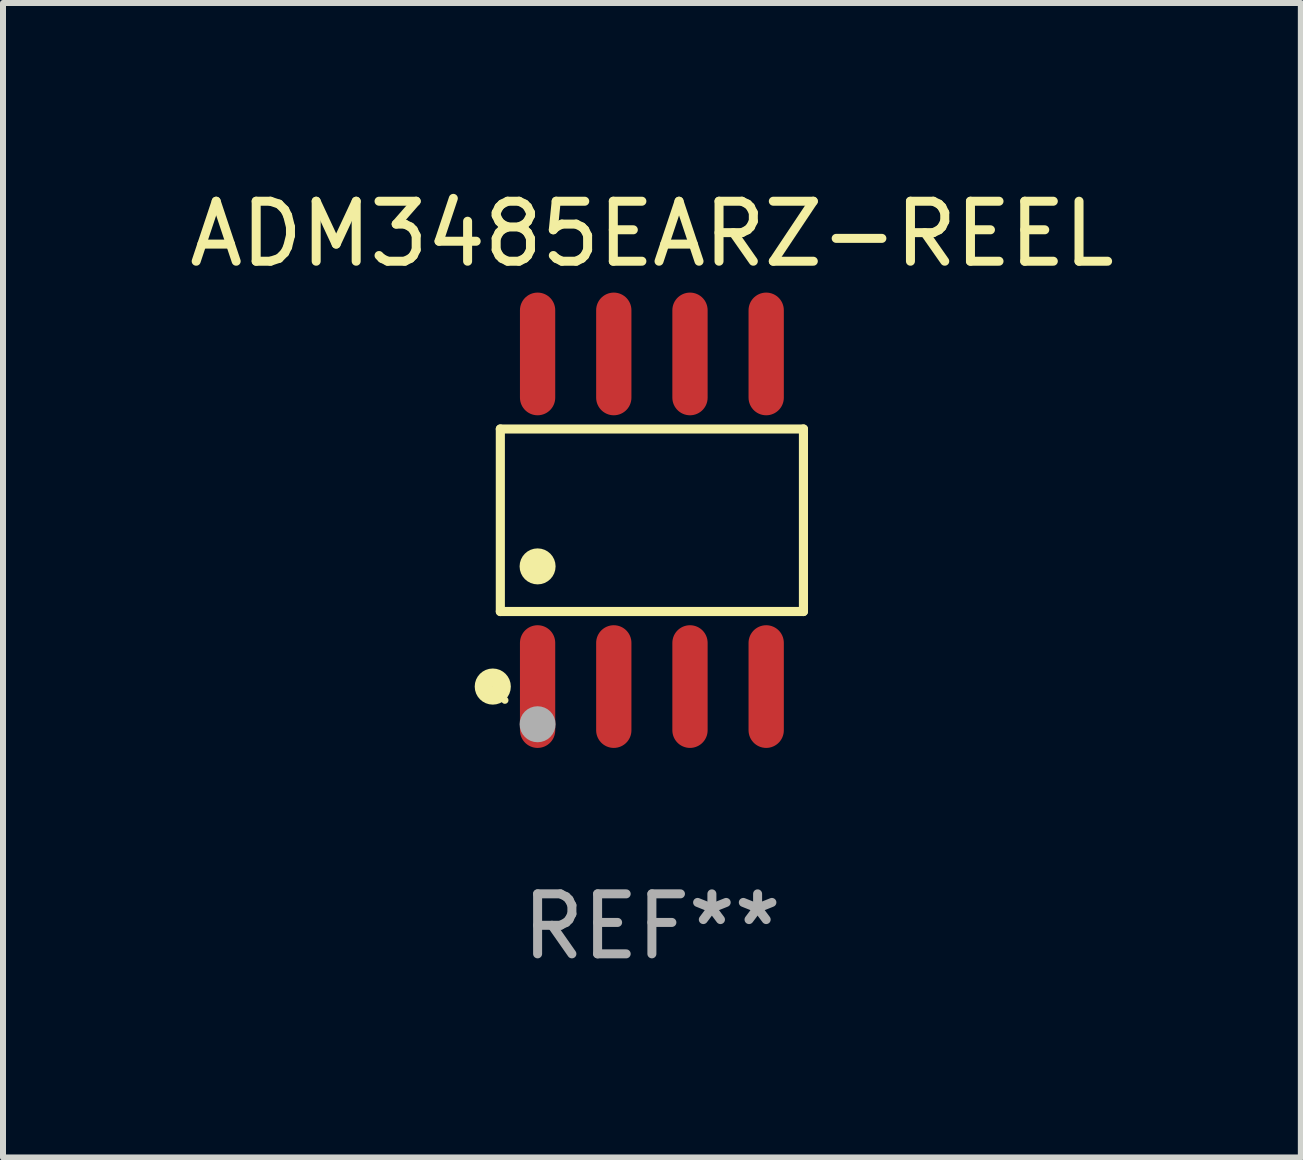
<source format=kicad_pcb>
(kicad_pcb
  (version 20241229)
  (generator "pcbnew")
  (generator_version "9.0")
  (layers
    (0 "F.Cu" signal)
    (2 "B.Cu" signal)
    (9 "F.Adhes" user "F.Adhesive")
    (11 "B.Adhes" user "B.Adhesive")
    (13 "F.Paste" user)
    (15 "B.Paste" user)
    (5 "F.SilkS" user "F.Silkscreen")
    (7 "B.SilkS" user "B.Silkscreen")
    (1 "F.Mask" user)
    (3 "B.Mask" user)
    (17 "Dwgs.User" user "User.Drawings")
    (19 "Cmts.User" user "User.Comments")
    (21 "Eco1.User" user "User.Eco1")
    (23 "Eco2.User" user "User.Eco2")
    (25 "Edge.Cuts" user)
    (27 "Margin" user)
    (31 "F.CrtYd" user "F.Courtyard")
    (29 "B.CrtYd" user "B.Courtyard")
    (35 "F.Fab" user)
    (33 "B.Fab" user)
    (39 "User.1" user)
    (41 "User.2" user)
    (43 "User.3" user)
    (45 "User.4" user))
  (footprint "ADM3485EARZ-REEL"
    (layer "F.Cu")
    (at 7.815 5.621)
    (property "Reference" "ADM3485EARZ-REEL" (at 0 -4.772 0) (layer "F.SilkS") (effects (font (size 1 1) (thickness 0.15))))
    (attr through_hole)
    (fp_line (start -2.526 -1.521) (end 2.526 -1.521) (stroke (width 0.152) (type solid)) (layer "F.SilkS"))
    (fp_line (start -2.526 1.521) (end -2.526 -1.521) (stroke (width 0.152) (type solid)) (layer "F.SilkS"))
    (fp_line (start 2.526 -1.521) (end 2.526 1.521) (stroke (width 0.152) (type solid)) (layer "F.SilkS"))
    (fp_line (start 2.526 1.521) (end -2.526 1.521) (stroke (width 0.152) (type solid)) (layer "F.SilkS"))
    (fp_circle (center -2.652 2.772) (end -2.501 2.772) (stroke (width 0.3) (type solid)) (fill no) (layer "F.SilkS"))
    (fp_circle (center -2.45 3) (end -2.42 3) (stroke (width 0.06) (type solid)) (fill no) (layer "F.SilkS"))
    (fp_circle (center -1.905 0.769) (end -1.755 0.769) (stroke (width 0.3) (type solid)) (fill no) (layer "F.SilkS"))
    (fp_circle (center -1.905 3.4) (end -1.755 3.4) (stroke (width 0.3) (type solid)) (fill no) (layer "F.Fab"))
    (fp_text user "REF**" (at 0 6.772 0) (layer "F.Fab") (effects (font (size 1 1) (thickness 0.15))))
    (pad "1" smd oval (at -1.905 2.772) (size 0.588 2.045) (layers "F.Cu" "F.Mask" "F.Paste"))
    (pad "2" smd oval (at -0.635 2.772) (size 0.588 2.045) (layers "F.Cu" "F.Mask" "F.Paste"))
    (pad "3" smd oval (at 0.635 2.772) (size 0.588 2.045) (layers "F.Cu" "F.Mask" "F.Paste"))
    (pad "4" smd oval (at 1.905 2.772) (size 0.588 2.045) (layers "F.Cu" "F.Mask" "F.Paste"))
    (pad "5" smd oval (at 1.905 -2.772) (size 0.588 2.045) (layers "F.Cu" "F.Mask" "F.Paste"))
    (pad "6" smd oval (at 0.635 -2.772) (size 0.588 2.045) (layers "F.Cu" "F.Mask" "F.Paste"))
    (pad "7" smd oval (at -0.635 -2.772) (size 0.588 2.045) (layers "F.Cu" "F.Mask" "F.Paste"))
    (pad "8" smd oval (at -1.905 -2.772) (size 0.588 2.045) (layers "F.Cu" "F.Mask" "F.Paste")))
  (gr_rect
    (start -3 -3)
    (end 18.631 16.241)
    (stroke (width 0.1) (type default))
    (fill no)
    (layer "Edge.Cuts")))
</source>
